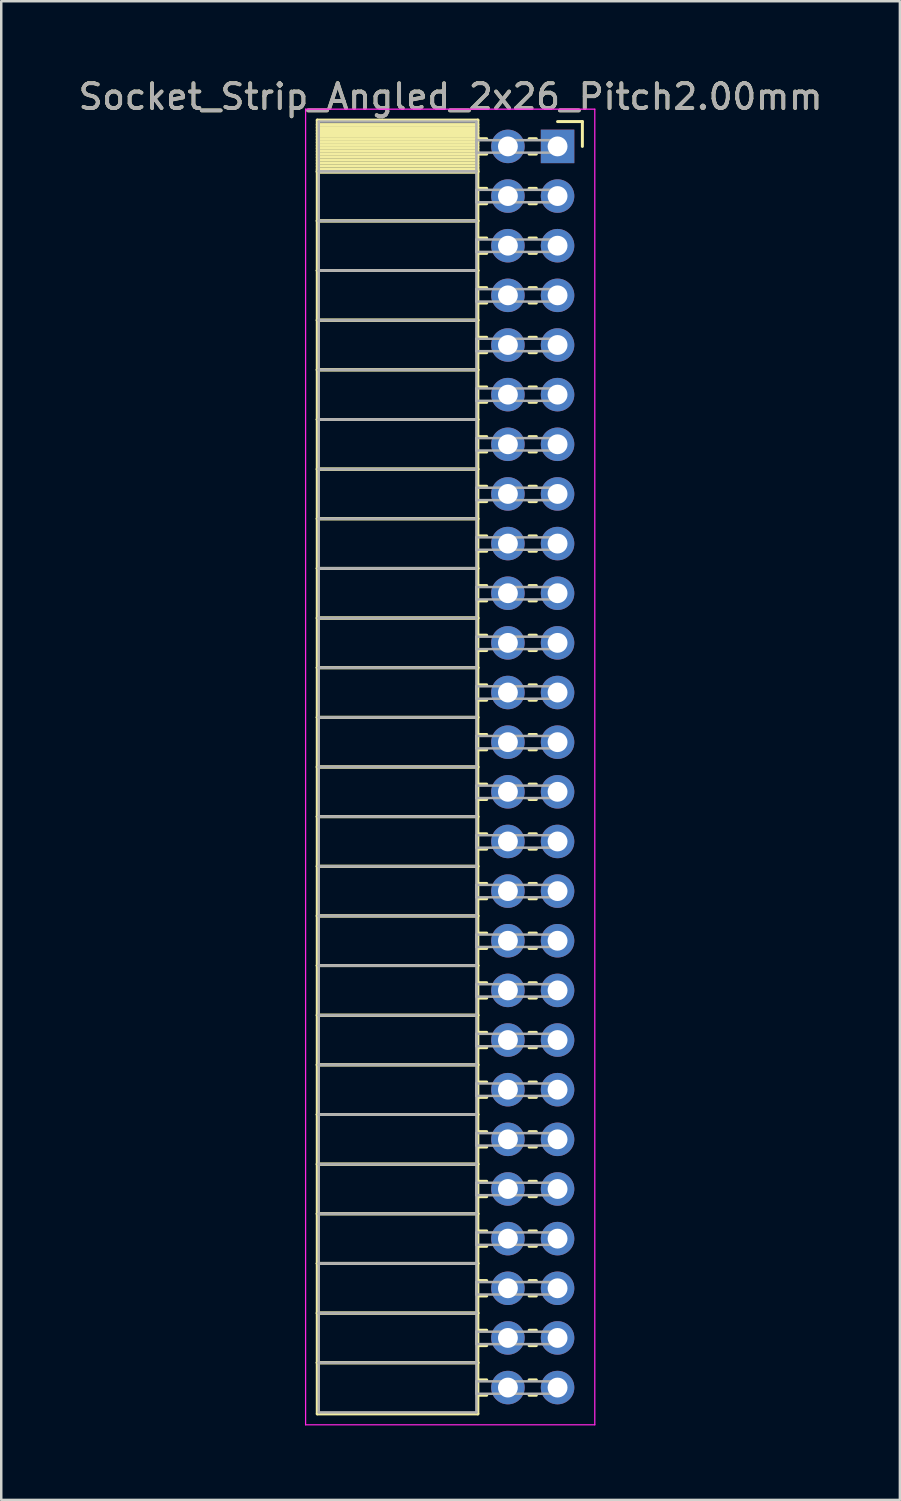
<source format=kicad_pcb>
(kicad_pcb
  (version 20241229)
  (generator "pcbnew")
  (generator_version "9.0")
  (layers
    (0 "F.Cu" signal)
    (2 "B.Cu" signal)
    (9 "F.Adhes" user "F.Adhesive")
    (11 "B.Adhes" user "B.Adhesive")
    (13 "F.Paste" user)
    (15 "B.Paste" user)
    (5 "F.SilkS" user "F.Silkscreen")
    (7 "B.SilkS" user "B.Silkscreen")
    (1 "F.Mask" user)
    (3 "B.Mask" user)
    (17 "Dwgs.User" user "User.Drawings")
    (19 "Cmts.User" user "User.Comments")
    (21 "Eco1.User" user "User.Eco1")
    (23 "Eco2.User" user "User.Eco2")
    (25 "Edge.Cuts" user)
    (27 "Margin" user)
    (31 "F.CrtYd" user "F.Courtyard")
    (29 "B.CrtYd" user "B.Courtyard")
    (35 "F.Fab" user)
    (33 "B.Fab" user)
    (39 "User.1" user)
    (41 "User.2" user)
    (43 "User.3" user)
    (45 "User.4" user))
  (footprint "Socket_Strip_Angled_2x26_Pitch2.00mm"
    (layer "F.Cu")
    (at 19.411 2.848)
    (property "Reference" "Socket_Strip_Angled_2x26_Pitch2.00mm" (at -4.31 -2 0) (layer "F.SilkS") (effects (font (size 1 1) (thickness 0.15))))
    (attr through_hole)
    (fp_line (start -9.68 -1.06) (end -3.21 -1.06) (stroke (width 0.12) (type solid)) (layer "F.SilkS"))
    (fp_line (start -9.68 1) (end -9.68 -1.06) (stroke (width 0.12) (type solid)) (layer "F.SilkS"))
    (fp_line (start -9.68 1) (end -3.21 1) (stroke (width 0.12) (type solid)) (layer "F.SilkS"))
    (fp_line (start -9.68 3) (end -9.68 1) (stroke (width 0.12) (type solid)) (layer "F.SilkS"))
    (fp_line (start -9.68 3) (end -3.21 3) (stroke (width 0.12) (type solid)) (layer "F.SilkS"))
    (fp_line (start -9.68 5) (end -9.68 3) (stroke (width 0.12) (type solid)) (layer "F.SilkS"))
    (fp_line (start -9.68 5) (end -3.21 5) (stroke (width 0.12) (type solid)) (layer "F.SilkS"))
    (fp_line (start -9.68 7) (end -9.68 5) (stroke (width 0.12) (type solid)) (layer "F.SilkS"))
    (fp_line (start -9.68 7) (end -3.21 7) (stroke (width 0.12) (type solid)) (layer "F.SilkS"))
    (fp_line (start -9.68 9) (end -9.68 7) (stroke (width 0.12) (type solid)) (layer "F.SilkS"))
    (fp_line (start -9.68 9) (end -3.21 9) (stroke (width 0.12) (type solid)) (layer "F.SilkS"))
    (fp_line (start -9.68 11) (end -9.68 9) (stroke (width 0.12) (type solid)) (layer "F.SilkS"))
    (fp_line (start -9.68 11) (end -3.21 11) (stroke (width 0.12) (type solid)) (layer "F.SilkS"))
    (fp_line (start -9.68 13) (end -9.68 11) (stroke (width 0.12) (type solid)) (layer "F.SilkS"))
    (fp_line (start -9.68 13) (end -3.21 13) (stroke (width 0.12) (type solid)) (layer "F.SilkS"))
    (fp_line (start -9.68 15) (end -9.68 13) (stroke (width 0.12) (type solid)) (layer "F.SilkS"))
    (fp_line (start -9.68 15) (end -3.21 15) (stroke (width 0.12) (type solid)) (layer "F.SilkS"))
    (fp_line (start -9.68 17) (end -9.68 15) (stroke (width 0.12) (type solid)) (layer "F.SilkS"))
    (fp_line (start -9.68 17) (end -3.21 17) (stroke (width 0.12) (type solid)) (layer "F.SilkS"))
    (fp_line (start -9.68 19) (end -9.68 17) (stroke (width 0.12) (type solid)) (layer "F.SilkS"))
    (fp_line (start -9.68 19) (end -3.21 19) (stroke (width 0.12) (type solid)) (layer "F.SilkS"))
    (fp_line (start -9.68 21) (end -9.68 19) (stroke (width 0.12) (type solid)) (layer "F.SilkS"))
    (fp_line (start -9.68 21) (end -3.21 21) (stroke (width 0.12) (type solid)) (layer "F.SilkS"))
    (fp_line (start -9.68 23) (end -9.68 21) (stroke (width 0.12) (type solid)) (layer "F.SilkS"))
    (fp_line (start -9.68 23) (end -3.21 23) (stroke (width 0.12) (type solid)) (layer "F.SilkS"))
    (fp_line (start -9.68 25) (end -9.68 23) (stroke (width 0.12) (type solid)) (layer "F.SilkS"))
    (fp_line (start -9.68 25) (end -3.21 25) (stroke (width 0.12) (type solid)) (layer "F.SilkS"))
    (fp_line (start -9.68 27) (end -9.68 25) (stroke (width 0.12) (type solid)) (layer "F.SilkS"))
    (fp_line (start -9.68 27) (end -3.21 27) (stroke (width 0.12) (type solid)) (layer "F.SilkS"))
    (fp_line (start -9.68 29) (end -9.68 27) (stroke (width 0.12) (type solid)) (layer "F.SilkS"))
    (fp_line (start -9.68 29) (end -3.21 29) (stroke (width 0.12) (type solid)) (layer "F.SilkS"))
    (fp_line (start -9.68 31) (end -9.68 29) (stroke (width 0.12) (type solid)) (layer "F.SilkS"))
    (fp_line (start -9.68 31) (end -3.21 31) (stroke (width 0.12) (type solid)) (layer "F.SilkS"))
    (fp_line (start -9.68 33) (end -9.68 31) (stroke (width 0.12) (type solid)) (layer "F.SilkS"))
    (fp_line (start -9.68 33) (end -3.21 33) (stroke (width 0.12) (type solid)) (layer "F.SilkS"))
    (fp_line (start -9.68 35) (end -9.68 33) (stroke (width 0.12) (type solid)) (layer "F.SilkS"))
    (fp_line (start -9.68 35) (end -3.21 35) (stroke (width 0.12) (type solid)) (layer "F.SilkS"))
    (fp_line (start -9.68 37) (end -9.68 35) (stroke (width 0.12) (type solid)) (layer "F.SilkS"))
    (fp_line (start -9.68 37) (end -3.21 37) (stroke (width 0.12) (type solid)) (layer "F.SilkS"))
    (fp_line (start -9.68 39) (end -9.68 37) (stroke (width 0.12) (type solid)) (layer "F.SilkS"))
    (fp_line (start -9.68 39) (end -3.21 39) (stroke (width 0.12) (type solid)) (layer "F.SilkS"))
    (fp_line (start -9.68 41) (end -9.68 39) (stroke (width 0.12) (type solid)) (layer "F.SilkS"))
    (fp_line (start -9.68 41) (end -3.21 41) (stroke (width 0.12) (type solid)) (layer "F.SilkS"))
    (fp_line (start -9.68 43) (end -9.68 41) (stroke (width 0.12) (type solid)) (layer "F.SilkS"))
    (fp_line (start -9.68 43) (end -3.21 43) (stroke (width 0.12) (type solid)) (layer "F.SilkS"))
    (fp_line (start -9.68 45) (end -9.68 43) (stroke (width 0.12) (type solid)) (layer "F.SilkS"))
    (fp_line (start -9.68 45) (end -3.21 45) (stroke (width 0.12) (type solid)) (layer "F.SilkS"))
    (fp_line (start -9.68 47) (end -9.68 45) (stroke (width 0.12) (type solid)) (layer "F.SilkS"))
    (fp_line (start -9.68 47) (end -3.21 47) (stroke (width 0.12) (type solid)) (layer "F.SilkS"))
    (fp_line (start -9.68 49) (end -9.68 47) (stroke (width 0.12) (type solid)) (layer "F.SilkS"))
    (fp_line (start -9.68 49) (end -3.21 49) (stroke (width 0.12) (type solid)) (layer "F.SilkS"))
    (fp_line (start -9.68 51.06) (end -9.68 49) (stroke (width 0.12) (type solid)) (layer "F.SilkS"))
    (fp_line (start -3.21 -1.06) (end -3.21 1) (stroke (width 0.12) (type solid)) (layer "F.SilkS"))
    (fp_line (start -3.21 -0.88) (end -9.68 -0.88) (stroke (width 0.12) (type solid)) (layer "F.SilkS"))
    (fp_line (start -3.21 -0.76) (end -9.68 -0.76) (stroke (width 0.12) (type solid)) (layer "F.SilkS"))
    (fp_line (start -3.21 -0.64) (end -9.68 -0.64) (stroke (width 0.12) (type solid)) (layer "F.SilkS"))
    (fp_line (start -3.21 -0.52) (end -9.68 -0.52) (stroke (width 0.12) (type solid)) (layer "F.SilkS"))
    (fp_line (start -3.21 -0.4) (end -9.68 -0.4) (stroke (width 0.12) (type solid)) (layer "F.SilkS"))
    (fp_line (start -3.21 -0.28) (end -9.68 -0.28) (stroke (width 0.12) (type solid)) (layer "F.SilkS"))
    (fp_line (start -3.21 -0.16) (end -9.68 -0.16) (stroke (width 0.12) (type solid)) (layer "F.SilkS"))
    (fp_line (start -3.21 -0.04) (end -9.68 -0.04) (stroke (width 0.12) (type solid)) (layer "F.SilkS"))
    (fp_line (start -3.21 0.08) (end -9.68 0.08) (stroke (width 0.12) (type solid)) (layer "F.SilkS"))
    (fp_line (start -3.21 0.2) (end -9.68 0.2) (stroke (width 0.12) (type solid)) (layer "F.SilkS"))
    (fp_line (start -3.21 0.32) (end -9.68 0.32) (stroke (width 0.12) (type solid)) (layer "F.SilkS"))
    (fp_line (start -3.21 0.44) (end -9.68 0.44) (stroke (width 0.12) (type solid)) (layer "F.SilkS"))
    (fp_line (start -3.21 0.56) (end -9.68 0.56) (stroke (width 0.12) (type solid)) (layer "F.SilkS"))
    (fp_line (start -3.21 0.68) (end -9.68 0.68) (stroke (width 0.12) (type solid)) (layer "F.SilkS"))
    (fp_line (start -3.21 0.8) (end -9.68 0.8) (stroke (width 0.12) (type solid)) (layer "F.SilkS"))
    (fp_line (start -3.21 0.92) (end -9.68 0.92) (stroke (width 0.12) (type solid)) (layer "F.SilkS"))
    (fp_line (start -3.21 1) (end -9.68 1) (stroke (width 0.12) (type solid)) (layer "F.SilkS"))
    (fp_line (start -3.21 1) (end -3.21 3) (stroke (width 0.12) (type solid)) (layer "F.SilkS"))
    (fp_line (start -3.21 1.04) (end -9.68 1.04) (stroke (width 0.12) (type solid)) (layer "F.SilkS"))
    (fp_line (start -3.21 3) (end -9.68 3) (stroke (width 0.12) (type solid)) (layer "F.SilkS"))
    (fp_line (start -3.21 3) (end -3.21 5) (stroke (width 0.12) (type solid)) (layer "F.SilkS"))
    (fp_line (start -3.21 5) (end -9.68 5) (stroke (width 0.12) (type solid)) (layer "F.SilkS"))
    (fp_line (start -3.21 5) (end -3.21 7) (stroke (width 0.12) (type solid)) (layer "F.SilkS"))
    (fp_line (start -3.21 7) (end -9.68 7) (stroke (width 0.12) (type solid)) (layer "F.SilkS"))
    (fp_line (start -3.21 7) (end -3.21 9) (stroke (width 0.12) (type solid)) (layer "F.SilkS"))
    (fp_line (start -3.21 9) (end -9.68 9) (stroke (width 0.12) (type solid)) (layer "F.SilkS"))
    (fp_line (start -3.21 9) (end -3.21 11) (stroke (width 0.12) (type solid)) (layer "F.SilkS"))
    (fp_line (start -3.21 11) (end -9.68 11) (stroke (width 0.12) (type solid)) (layer "F.SilkS"))
    (fp_line (start -3.21 11) (end -3.21 13) (stroke (width 0.12) (type solid)) (layer "F.SilkS"))
    (fp_line (start -3.21 13) (end -9.68 13) (stroke (width 0.12) (type solid)) (layer "F.SilkS"))
    (fp_line (start -3.21 13) (end -3.21 15) (stroke (width 0.12) (type solid)) (layer "F.SilkS"))
    (fp_line (start -3.21 15) (end -9.68 15) (stroke (width 0.12) (type solid)) (layer "F.SilkS"))
    (fp_line (start -3.21 15) (end -3.21 17) (stroke (width 0.12) (type solid)) (layer "F.SilkS"))
    (fp_line (start -3.21 17) (end -9.68 17) (stroke (width 0.12) (type solid)) (layer "F.SilkS"))
    (fp_line (start -3.21 17) (end -3.21 19) (stroke (width 0.12) (type solid)) (layer "F.SilkS"))
    (fp_line (start -3.21 19) (end -9.68 19) (stroke (width 0.12) (type solid)) (layer "F.SilkS"))
    (fp_line (start -3.21 19) (end -3.21 21) (stroke (width 0.12) (type solid)) (layer "F.SilkS"))
    (fp_line (start -3.21 21) (end -9.68 21) (stroke (width 0.12) (type solid)) (layer "F.SilkS"))
    (fp_line (start -3.21 21) (end -3.21 23) (stroke (width 0.12) (type solid)) (layer "F.SilkS"))
    (fp_line (start -3.21 23) (end -9.68 23) (stroke (width 0.12) (type solid)) (layer "F.SilkS"))
    (fp_line (start -3.21 23) (end -3.21 25) (stroke (width 0.12) (type solid)) (layer "F.SilkS"))
    (fp_line (start -3.21 25) (end -9.68 25) (stroke (width 0.12) (type solid)) (layer "F.SilkS"))
    (fp_line (start -3.21 25) (end -3.21 27) (stroke (width 0.12) (type solid)) (layer "F.SilkS"))
    (fp_line (start -3.21 27) (end -9.68 27) (stroke (width 0.12) (type solid)) (layer "F.SilkS"))
    (fp_line (start -3.21 27) (end -3.21 29) (stroke (width 0.12) (type solid)) (layer "F.SilkS"))
    (fp_line (start -3.21 29) (end -9.68 29) (stroke (width 0.12) (type solid)) (layer "F.SilkS"))
    (fp_line (start -3.21 29) (end -3.21 31) (stroke (width 0.12) (type solid)) (layer "F.SilkS"))
    (fp_line (start -3.21 31) (end -9.68 31) (stroke (width 0.12) (type solid)) (layer "F.SilkS"))
    (fp_line (start -3.21 31) (end -3.21 33) (stroke (width 0.12) (type solid)) (layer "F.SilkS"))
    (fp_line (start -3.21 33) (end -9.68 33) (stroke (width 0.12) (type solid)) (layer "F.SilkS"))
    (fp_line (start -3.21 33) (end -3.21 35) (stroke (width 0.12) (type solid)) (layer "F.SilkS"))
    (fp_line (start -3.21 35) (end -9.68 35) (stroke (width 0.12) (type solid)) (layer "F.SilkS"))
    (fp_line (start -3.21 35) (end -3.21 37) (stroke (width 0.12) (type solid)) (layer "F.SilkS"))
    (fp_line (start -3.21 37) (end -9.68 37) (stroke (width 0.12) (type solid)) (layer "F.SilkS"))
    (fp_line (start -3.21 37) (end -3.21 39) (stroke (width 0.12) (type solid)) (layer "F.SilkS"))
    (fp_line (start -3.21 39) (end -9.68 39) (stroke (width 0.12) (type solid)) (layer "F.SilkS"))
    (fp_line (start -3.21 39) (end -3.21 41) (stroke (width 0.12) (type solid)) (layer "F.SilkS"))
    (fp_line (start -3.21 41) (end -9.68 41) (stroke (width 0.12) (type solid)) (layer "F.SilkS"))
    (fp_line (start -3.21 41) (end -3.21 43) (stroke (width 0.12) (type solid)) (layer "F.SilkS"))
    (fp_line (start -3.21 43) (end -9.68 43) (stroke (width 0.12) (type solid)) (layer "F.SilkS"))
    (fp_line (start -3.21 43) (end -3.21 45) (stroke (width 0.12) (type solid)) (layer "F.SilkS"))
    (fp_line (start -3.21 45) (end -9.68 45) (stroke (width 0.12) (type solid)) (layer "F.SilkS"))
    (fp_line (start -3.21 45) (end -3.21 47) (stroke (width 0.12) (type solid)) (layer "F.SilkS"))
    (fp_line (start -3.21 47) (end -9.68 47) (stroke (width 0.12) (type solid)) (layer "F.SilkS"))
    (fp_line (start -3.21 47) (end -3.21 49) (stroke (width 0.12) (type solid)) (layer "F.SilkS"))
    (fp_line (start -3.21 49) (end -9.68 49) (stroke (width 0.12) (type solid)) (layer "F.SilkS"))
    (fp_line (start -3.21 49) (end -3.21 51.06) (stroke (width 0.12) (type solid)) (layer "F.SilkS"))
    (fp_line (start -3.21 51.06) (end -9.68 51.06) (stroke (width 0.12) (type solid)) (layer "F.SilkS"))
    (fp_line (start -2.855 -0.31) (end -3.21 -0.31) (stroke (width 0.12) (type solid)) (layer "F.SilkS"))
    (fp_line (start -2.855 0.31) (end -3.21 0.31) (stroke (width 0.12) (type solid)) (layer "F.SilkS"))
    (fp_line (start -2.855 1.69) (end -3.21 1.69) (stroke (width 0.12) (type solid)) (layer "F.SilkS"))
    (fp_line (start -2.855 2.31) (end -3.21 2.31) (stroke (width 0.12) (type solid)) (layer "F.SilkS"))
    (fp_line (start -2.855 3.69) (end -3.21 3.69) (stroke (width 0.12) (type solid)) (layer "F.SilkS"))
    (fp_line (start -2.855 4.31) (end -3.21 4.31) (stroke (width 0.12) (type solid)) (layer "F.SilkS"))
    (fp_line (start -2.855 5.69) (end -3.21 5.69) (stroke (width 0.12) (type solid)) (layer "F.SilkS"))
    (fp_line (start -2.855 6.31) (end -3.21 6.31) (stroke (width 0.12) (type solid)) (layer "F.SilkS"))
    (fp_line (start -2.855 7.69) (end -3.21 7.69) (stroke (width 0.12) (type solid)) (layer "F.SilkS"))
    (fp_line (start -2.855 8.31) (end -3.21 8.31) (stroke (width 0.12) (type solid)) (layer "F.SilkS"))
    (fp_line (start -2.855 9.69) (end -3.21 9.69) (stroke (width 0.12) (type solid)) (layer "F.SilkS"))
    (fp_line (start -2.855 10.31) (end -3.21 10.31) (stroke (width 0.12) (type solid)) (layer "F.SilkS"))
    (fp_line (start -2.855 11.69) (end -3.21 11.69) (stroke (width 0.12) (type solid)) (layer "F.SilkS"))
    (fp_line (start -2.855 12.31) (end -3.21 12.31) (stroke (width 0.12) (type solid)) (layer "F.SilkS"))
    (fp_line (start -2.855 13.69) (end -3.21 13.69) (stroke (width 0.12) (type solid)) (layer "F.SilkS"))
    (fp_line (start -2.855 14.31) (end -3.21 14.31) (stroke (width 0.12) (type solid)) (layer "F.SilkS"))
    (fp_line (start -2.855 15.69) (end -3.21 15.69) (stroke (width 0.12) (type solid)) (layer "F.SilkS"))
    (fp_line (start -2.855 16.31) (end -3.21 16.31) (stroke (width 0.12) (type solid)) (layer "F.SilkS"))
    (fp_line (start -2.855 17.69) (end -3.21 17.69) (stroke (width 0.12) (type solid)) (layer "F.SilkS"))
    (fp_line (start -2.855 18.31) (end -3.21 18.31) (stroke (width 0.12) (type solid)) (layer "F.SilkS"))
    (fp_line (start -2.855 19.69) (end -3.21 19.69) (stroke (width 0.12) (type solid)) (layer "F.SilkS"))
    (fp_line (start -2.855 20.31) (end -3.21 20.31) (stroke (width 0.12) (type solid)) (layer "F.SilkS"))
    (fp_line (start -2.855 21.69) (end -3.21 21.69) (stroke (width 0.12) (type solid)) (layer "F.SilkS"))
    (fp_line (start -2.855 22.31) (end -3.21 22.31) (stroke (width 0.12) (type solid)) (layer "F.SilkS"))
    (fp_line (start -2.855 23.69) (end -3.21 23.69) (stroke (width 0.12) (type solid)) (layer "F.SilkS"))
    (fp_line (start -2.855 24.31) (end -3.21 24.31) (stroke (width 0.12) (type solid)) (layer "F.SilkS"))
    (fp_line (start -2.855 25.69) (end -3.21 25.69) (stroke (width 0.12) (type solid)) (layer "F.SilkS"))
    (fp_line (start -2.855 26.31) (end -3.21 26.31) (stroke (width 0.12) (type solid)) (layer "F.SilkS"))
    (fp_line (start -2.855 27.69) (end -3.21 27.69) (stroke (width 0.12) (type solid)) (layer "F.SilkS"))
    (fp_line (start -2.855 28.31) (end -3.21 28.31) (stroke (width 0.12) (type solid)) (layer "F.SilkS"))
    (fp_line (start -2.855 29.69) (end -3.21 29.69) (stroke (width 0.12) (type solid)) (layer "F.SilkS"))
    (fp_line (start -2.855 30.31) (end -3.21 30.31) (stroke (width 0.12) (type solid)) (layer "F.SilkS"))
    (fp_line (start -2.855 31.69) (end -3.21 31.69) (stroke (width 0.12) (type solid)) (layer "F.SilkS"))
    (fp_line (start -2.855 32.31) (end -3.21 32.31) (stroke (width 0.12) (type solid)) (layer "F.SilkS"))
    (fp_line (start -2.855 33.69) (end -3.21 33.69) (stroke (width 0.12) (type solid)) (layer "F.SilkS"))
    (fp_line (start -2.855 34.31) (end -3.21 34.31) (stroke (width 0.12) (type solid)) (layer "F.SilkS"))
    (fp_line (start -2.855 35.69) (end -3.21 35.69) (stroke (width 0.12) (type solid)) (layer "F.SilkS"))
    (fp_line (start -2.855 36.31) (end -3.21 36.31) (stroke (width 0.12) (type solid)) (layer "F.SilkS"))
    (fp_line (start -2.855 37.69) (end -3.21 37.69) (stroke (width 0.12) (type solid)) (layer "F.SilkS"))
    (fp_line (start -2.855 38.31) (end -3.21 38.31) (stroke (width 0.12) (type solid)) (layer "F.SilkS"))
    (fp_line (start -2.855 39.69) (end -3.21 39.69) (stroke (width 0.12) (type solid)) (layer "F.SilkS"))
    (fp_line (start -2.855 40.31) (end -3.21 40.31) (stroke (width 0.12) (type solid)) (layer "F.SilkS"))
    (fp_line (start -2.855 41.69) (end -3.21 41.69) (stroke (width 0.12) (type solid)) (layer "F.SilkS"))
    (fp_line (start -2.855 42.31) (end -3.21 42.31) (stroke (width 0.12) (type solid)) (layer "F.SilkS"))
    (fp_line (start -2.855 43.69) (end -3.21 43.69) (stroke (width 0.12) (type solid)) (layer "F.SilkS"))
    (fp_line (start -2.855 44.31) (end -3.21 44.31) (stroke (width 0.12) (type solid)) (layer "F.SilkS"))
    (fp_line (start -2.855 45.69) (end -3.21 45.69) (stroke (width 0.12) (type solid)) (layer "F.SilkS"))
    (fp_line (start -2.855 46.31) (end -3.21 46.31) (stroke (width 0.12) (type solid)) (layer "F.SilkS"))
    (fp_line (start -2.855 47.69) (end -3.21 47.69) (stroke (width 0.12) (type solid)) (layer "F.SilkS"))
    (fp_line (start -2.855 48.31) (end -3.21 48.31) (stroke (width 0.12) (type solid)) (layer "F.SilkS"))
    (fp_line (start -2.855 49.69) (end -3.21 49.69) (stroke (width 0.12) (type solid)) (layer "F.SilkS"))
    (fp_line (start -2.855 50.31) (end -3.21 50.31) (stroke (width 0.12) (type solid)) (layer "F.SilkS"))
    (fp_line (start -0.855 -0.31) (end -1.145 -0.31) (stroke (width 0.12) (type solid)) (layer "F.SilkS"))
    (fp_line (start -0.855 0.31) (end -1.145 0.31) (stroke (width 0.12) (type solid)) (layer "F.SilkS"))
    (fp_line (start -0.855 1.69) (end -1.145 1.69) (stroke (width 0.12) (type solid)) (layer "F.SilkS"))
    (fp_line (start -0.855 2.31) (end -1.145 2.31) (stroke (width 0.12) (type solid)) (layer "F.SilkS"))
    (fp_line (start -0.855 3.69) (end -1.145 3.69) (stroke (width 0.12) (type solid)) (layer "F.SilkS"))
    (fp_line (start -0.855 4.31) (end -1.145 4.31) (stroke (width 0.12) (type solid)) (layer "F.SilkS"))
    (fp_line (start -0.855 5.69) (end -1.145 5.69) (stroke (width 0.12) (type solid)) (layer "F.SilkS"))
    (fp_line (start -0.855 6.31) (end -1.145 6.31) (stroke (width 0.12) (type solid)) (layer "F.SilkS"))
    (fp_line (start -0.855 7.69) (end -1.145 7.69) (stroke (width 0.12) (type solid)) (layer "F.SilkS"))
    (fp_line (start -0.855 8.31) (end -1.145 8.31) (stroke (width 0.12) (type solid)) (layer "F.SilkS"))
    (fp_line (start -0.855 9.69) (end -1.145 9.69) (stroke (width 0.12) (type solid)) (layer "F.SilkS"))
    (fp_line (start -0.855 10.31) (end -1.145 10.31) (stroke (width 0.12) (type solid)) (layer "F.SilkS"))
    (fp_line (start -0.855 11.69) (end -1.145 11.69) (stroke (width 0.12) (type solid)) (layer "F.SilkS"))
    (fp_line (start -0.855 12.31) (end -1.145 12.31) (stroke (width 0.12) (type solid)) (layer "F.SilkS"))
    (fp_line (start -0.855 13.69) (end -1.145 13.69) (stroke (width 0.12) (type solid)) (layer "F.SilkS"))
    (fp_line (start -0.855 14.31) (end -1.145 14.31) (stroke (width 0.12) (type solid)) (layer "F.SilkS"))
    (fp_line (start -0.855 15.69) (end -1.145 15.69) (stroke (width 0.12) (type solid)) (layer "F.SilkS"))
    (fp_line (start -0.855 16.31) (end -1.145 16.31) (stroke (width 0.12) (type solid)) (layer "F.SilkS"))
    (fp_line (start -0.855 17.69) (end -1.145 17.69) (stroke (width 0.12) (type solid)) (layer "F.SilkS"))
    (fp_line (start -0.855 18.31) (end -1.145 18.31) (stroke (width 0.12) (type solid)) (layer "F.SilkS"))
    (fp_line (start -0.855 19.69) (end -1.145 19.69) (stroke (width 0.12) (type solid)) (layer "F.SilkS"))
    (fp_line (start -0.855 20.31) (end -1.145 20.31) (stroke (width 0.12) (type solid)) (layer "F.SilkS"))
    (fp_line (start -0.855 21.69) (end -1.145 21.69) (stroke (width 0.12) (type solid)) (layer "F.SilkS"))
    (fp_line (start -0.855 22.31) (end -1.145 22.31) (stroke (width 0.12) (type solid)) (layer "F.SilkS"))
    (fp_line (start -0.855 23.69) (end -1.145 23.69) (stroke (width 0.12) (type solid)) (layer "F.SilkS"))
    (fp_line (start -0.855 24.31) (end -1.145 24.31) (stroke (width 0.12) (type solid)) (layer "F.SilkS"))
    (fp_line (start -0.855 25.69) (end -1.145 25.69) (stroke (width 0.12) (type solid)) (layer "F.SilkS"))
    (fp_line (start -0.855 26.31) (end -1.145 26.31) (stroke (width 0.12) (type solid)) (layer "F.SilkS"))
    (fp_line (start -0.855 27.69) (end -1.145 27.69) (stroke (width 0.12) (type solid)) (layer "F.SilkS"))
    (fp_line (start -0.855 28.31) (end -1.145 28.31) (stroke (width 0.12) (type solid)) (layer "F.SilkS"))
    (fp_line (start -0.855 29.69) (end -1.145 29.69) (stroke (width 0.12) (type solid)) (layer "F.SilkS"))
    (fp_line (start -0.855 30.31) (end -1.145 30.31) (stroke (width 0.12) (type solid)) (layer "F.SilkS"))
    (fp_line (start -0.855 31.69) (end -1.145 31.69) (stroke (width 0.12) (type solid)) (layer "F.SilkS"))
    (fp_line (start -0.855 32.31) (end -1.145 32.31) (stroke (width 0.12) (type solid)) (layer "F.SilkS"))
    (fp_line (start -0.855 33.69) (end -1.145 33.69) (stroke (width 0.12) (type solid)) (layer "F.SilkS"))
    (fp_line (start -0.855 34.31) (end -1.145 34.31) (stroke (width 0.12) (type solid)) (layer "F.SilkS"))
    (fp_line (start -0.855 35.69) (end -1.145 35.69) (stroke (width 0.12) (type solid)) (layer "F.SilkS"))
    (fp_line (start -0.855 36.31) (end -1.145 36.31) (stroke (width 0.12) (type solid)) (layer "F.SilkS"))
    (fp_line (start -0.855 37.69) (end -1.145 37.69) (stroke (width 0.12) (type solid)) (layer "F.SilkS"))
    (fp_line (start -0.855 38.31) (end -1.145 38.31) (stroke (width 0.12) (type solid)) (layer "F.SilkS"))
    (fp_line (start -0.855 39.69) (end -1.145 39.69) (stroke (width 0.12) (type solid)) (layer "F.SilkS"))
    (fp_line (start -0.855 40.31) (end -1.145 40.31) (stroke (width 0.12) (type solid)) (layer "F.SilkS"))
    (fp_line (start -0.855 41.69) (end -1.145 41.69) (stroke (width 0.12) (type solid)) (layer "F.SilkS"))
    (fp_line (start -0.855 42.31) (end -1.145 42.31) (stroke (width 0.12) (type solid)) (layer "F.SilkS"))
    (fp_line (start -0.855 43.69) (end -1.145 43.69) (stroke (width 0.12) (type solid)) (layer "F.SilkS"))
    (fp_line (start -0.855 44.31) (end -1.145 44.31) (stroke (width 0.12) (type solid)) (layer "F.SilkS"))
    (fp_line (start -0.855 45.69) (end -1.145 45.69) (stroke (width 0.12) (type solid)) (layer "F.SilkS"))
    (fp_line (start -0.855 46.31) (end -1.145 46.31) (stroke (width 0.12) (type solid)) (layer "F.SilkS"))
    (fp_line (start -0.855 47.69) (end -1.145 47.69) (stroke (width 0.12) (type solid)) (layer "F.SilkS"))
    (fp_line (start -0.855 48.31) (end -1.145 48.31) (stroke (width 0.12) (type solid)) (layer "F.SilkS"))
    (fp_line (start -0.855 49.69) (end -1.145 49.69) (stroke (width 0.12) (type solid)) (layer "F.SilkS"))
    (fp_line (start -0.855 50.31) (end -1.145 50.31) (stroke (width 0.12) (type solid)) (layer "F.SilkS"))
    (fp_line (start 0 -1) (end 1 -1) (stroke (width 0.12) (type solid)) (layer "F.SilkS"))
    (fp_line (start 1 -1) (end 1 0) (stroke (width 0.12) (type solid)) (layer "F.SilkS"))
    (fp_line (start -10.15 -1.5) (end 1.5 -1.5) (stroke (width 0.05) (type solid)) (layer "F.CrtYd"))
    (fp_line (start -10.15 51.5) (end -10.15 -1.5) (stroke (width 0.05) (type solid)) (layer "F.CrtYd"))
    (fp_line (start 1.5 -1.5) (end 1.5 51.5) (stroke (width 0.05) (type solid)) (layer "F.CrtYd"))
    (fp_line (start 1.5 51.5) (end -10.15 51.5) (stroke (width 0.05) (type solid)) (layer "F.CrtYd"))
    (fp_line (start -9.62 -1) (end -3.27 -1) (stroke (width 0.1) (type solid)) (layer "F.Fab"))
    (fp_line (start -9.62 1) (end -9.62 -1) (stroke (width 0.1) (type solid)) (layer "F.Fab"))
    (fp_line (start -9.62 1) (end -3.27 1) (stroke (width 0.1) (type solid)) (layer "F.Fab"))
    (fp_line (start -9.62 3) (end -9.62 1) (stroke (width 0.1) (type solid)) (layer "F.Fab"))
    (fp_line (start -9.62 3) (end -3.27 3) (stroke (width 0.1) (type solid)) (layer "F.Fab"))
    (fp_line (start -9.62 5) (end -9.62 3) (stroke (width 0.1) (type solid)) (layer "F.Fab"))
    (fp_line (start -9.62 5) (end -3.27 5) (stroke (width 0.1) (type solid)) (layer "F.Fab"))
    (fp_line (start -9.62 7) (end -9.62 5) (stroke (width 0.1) (type solid)) (layer "F.Fab"))
    (fp_line (start -9.62 7) (end -3.27 7) (stroke (width 0.1) (type solid)) (layer "F.Fab"))
    (fp_line (start -9.62 9) (end -9.62 7) (stroke (width 0.1) (type solid)) (layer "F.Fab"))
    (fp_line (start -9.62 9) (end -3.27 9) (stroke (width 0.1) (type solid)) (layer "F.Fab"))
    (fp_line (start -9.62 11) (end -9.62 9) (stroke (width 0.1) (type solid)) (layer "F.Fab"))
    (fp_line (start -9.62 11) (end -3.27 11) (stroke (width 0.1) (type solid)) (layer "F.Fab"))
    (fp_line (start -9.62 13) (end -9.62 11) (stroke (width 0.1) (type solid)) (layer "F.Fab"))
    (fp_line (start -9.62 13) (end -3.27 13) (stroke (width 0.1) (type solid)) (layer "F.Fab"))
    (fp_line (start -9.62 15) (end -9.62 13) (stroke (width 0.1) (type solid)) (layer "F.Fab"))
    (fp_line (start -9.62 15) (end -3.27 15) (stroke (width 0.1) (type solid)) (layer "F.Fab"))
    (fp_line (start -9.62 17) (end -9.62 15) (stroke (width 0.1) (type solid)) (layer "F.Fab"))
    (fp_line (start -9.62 17) (end -3.27 17) (stroke (width 0.1) (type solid)) (layer "F.Fab"))
    (fp_line (start -9.62 19) (end -9.62 17) (stroke (width 0.1) (type solid)) (layer "F.Fab"))
    (fp_line (start -9.62 19) (end -3.27 19) (stroke (width 0.1) (type solid)) (layer "F.Fab"))
    (fp_line (start -9.62 21) (end -9.62 19) (stroke (width 0.1) (type solid)) (layer "F.Fab"))
    (fp_line (start -9.62 21) (end -3.27 21) (stroke (width 0.1) (type solid)) (layer "F.Fab"))
    (fp_line (start -9.62 23) (end -9.62 21) (stroke (width 0.1) (type solid)) (layer "F.Fab"))
    (fp_line (start -9.62 23) (end -3.27 23) (stroke (width 0.1) (type solid)) (layer "F.Fab"))
    (fp_line (start -9.62 25) (end -9.62 23) (stroke (width 0.1) (type solid)) (layer "F.Fab"))
    (fp_line (start -9.62 25) (end -3.27 25) (stroke (width 0.1) (type solid)) (layer "F.Fab"))
    (fp_line (start -9.62 27) (end -9.62 25) (stroke (width 0.1) (type solid)) (layer "F.Fab"))
    (fp_line (start -9.62 27) (end -3.27 27) (stroke (width 0.1) (type solid)) (layer "F.Fab"))
    (fp_line (start -9.62 29) (end -9.62 27) (stroke (width 0.1) (type solid)) (layer "F.Fab"))
    (fp_line (start -9.62 29) (end -3.27 29) (stroke (width 0.1) (type solid)) (layer "F.Fab"))
    (fp_line (start -9.62 31) (end -9.62 29) (stroke (width 0.1) (type solid)) (layer "F.Fab"))
    (fp_line (start -9.62 31) (end -3.27 31) (stroke (width 0.1) (type solid)) (layer "F.Fab"))
    (fp_line (start -9.62 33) (end -9.62 31) (stroke (width 0.1) (type solid)) (layer "F.Fab"))
    (fp_line (start -9.62 33) (end -3.27 33) (stroke (width 0.1) (type solid)) (layer "F.Fab"))
    (fp_line (start -9.62 35) (end -9.62 33) (stroke (width 0.1) (type solid)) (layer "F.Fab"))
    (fp_line (start -9.62 35) (end -3.27 35) (stroke (width 0.1) (type solid)) (layer "F.Fab"))
    (fp_line (start -9.62 37) (end -9.62 35) (stroke (width 0.1) (type solid)) (layer "F.Fab"))
    (fp_line (start -9.62 37) (end -3.27 37) (stroke (width 0.1) (type solid)) (layer "F.Fab"))
    (fp_line (start -9.62 39) (end -9.62 37) (stroke (width 0.1) (type solid)) (layer "F.Fab"))
    (fp_line (start -9.62 39) (end -3.27 39) (stroke (width 0.1) (type solid)) (layer "F.Fab"))
    (fp_line (start -9.62 41) (end -9.62 39) (stroke (width 0.1) (type solid)) (layer "F.Fab"))
    (fp_line (start -9.62 41) (end -3.27 41) (stroke (width 0.1) (type solid)) (layer "F.Fab"))
    (fp_line (start -9.62 43) (end -9.62 41) (stroke (width 0.1) (type solid)) (layer "F.Fab"))
    (fp_line (start -9.62 43) (end -3.27 43) (stroke (width 0.1) (type solid)) (layer "F.Fab"))
    (fp_line (start -9.62 45) (end -9.62 43) (stroke (width 0.1) (type solid)) (layer "F.Fab"))
    (fp_line (start -9.62 45) (end -3.27 45) (stroke (width 0.1) (type solid)) (layer "F.Fab"))
    (fp_line (start -9.62 47) (end -9.62 45) (stroke (width 0.1) (type solid)) (layer "F.Fab"))
    (fp_line (start -9.62 47) (end -3.27 47) (stroke (width 0.1) (type solid)) (layer "F.Fab"))
    (fp_line (start -9.62 49) (end -9.62 47) (stroke (width 0.1) (type solid)) (layer "F.Fab"))
    (fp_line (start -9.62 49) (end -3.27 49) (stroke (width 0.1) (type solid)) (layer "F.Fab"))
    (fp_line (start -9.62 51) (end -9.62 49) (stroke (width 0.1) (type solid)) (layer "F.Fab"))
    (fp_line (start -3.27 -1) (end -3.27 1) (stroke (width 0.1) (type solid)) (layer "F.Fab"))
    (fp_line (start -3.27 -0.25) (end 0 -0.25) (stroke (width 0.1) (type solid)) (layer "F.Fab"))
    (fp_line (start -3.27 0.25) (end -3.27 -0.25) (stroke (width 0.1) (type solid)) (layer "F.Fab"))
    (fp_line (start -3.27 1) (end -9.62 1) (stroke (width 0.1) (type solid)) (layer "F.Fab"))
    (fp_line (start -3.27 1) (end -3.27 3) (stroke (width 0.1) (type solid)) (layer "F.Fab"))
    (fp_line (start -3.27 1.75) (end 0 1.75) (stroke (width 0.1) (type solid)) (layer "F.Fab"))
    (fp_line (start -3.27 2.25) (end -3.27 1.75) (stroke (width 0.1) (type solid)) (layer "F.Fab"))
    (fp_line (start -3.27 3) (end -9.62 3) (stroke (width 0.1) (type solid)) (layer "F.Fab"))
    (fp_line (start -3.27 3) (end -3.27 5) (stroke (width 0.1) (type solid)) (layer "F.Fab"))
    (fp_line (start -3.27 3.75) (end 0 3.75) (stroke (width 0.1) (type solid)) (layer "F.Fab"))
    (fp_line (start -3.27 4.25) (end -3.27 3.75) (stroke (width 0.1) (type solid)) (layer "F.Fab"))
    (fp_line (start -3.27 5) (end -9.62 5) (stroke (width 0.1) (type solid)) (layer "F.Fab"))
    (fp_line (start -3.27 5) (end -3.27 7) (stroke (width 0.1) (type solid)) (layer "F.Fab"))
    (fp_line (start -3.27 5.75) (end 0 5.75) (stroke (width 0.1) (type solid)) (layer "F.Fab"))
    (fp_line (start -3.27 6.25) (end -3.27 5.75) (stroke (width 0.1) (type solid)) (layer "F.Fab"))
    (fp_line (start -3.27 7) (end -9.62 7) (stroke (width 0.1) (type solid)) (layer "F.Fab"))
    (fp_line (start -3.27 7) (end -3.27 9) (stroke (width 0.1) (type solid)) (layer "F.Fab"))
    (fp_line (start -3.27 7.75) (end 0 7.75) (stroke (width 0.1) (type solid)) (layer "F.Fab"))
    (fp_line (start -3.27 8.25) (end -3.27 7.75) (stroke (width 0.1) (type solid)) (layer "F.Fab"))
    (fp_line (start -3.27 9) (end -9.62 9) (stroke (width 0.1) (type solid)) (layer "F.Fab"))
    (fp_line (start -3.27 9) (end -3.27 11) (stroke (width 0.1) (type solid)) (layer "F.Fab"))
    (fp_line (start -3.27 9.75) (end 0 9.75) (stroke (width 0.1) (type solid)) (layer "F.Fab"))
    (fp_line (start -3.27 10.25) (end -3.27 9.75) (stroke (width 0.1) (type solid)) (layer "F.Fab"))
    (fp_line (start -3.27 11) (end -9.62 11) (stroke (width 0.1) (type solid)) (layer "F.Fab"))
    (fp_line (start -3.27 11) (end -3.27 13) (stroke (width 0.1) (type solid)) (layer "F.Fab"))
    (fp_line (start -3.27 11.75) (end 0 11.75) (stroke (width 0.1) (type solid)) (layer "F.Fab"))
    (fp_line (start -3.27 12.25) (end -3.27 11.75) (stroke (width 0.1) (type solid)) (layer "F.Fab"))
    (fp_line (start -3.27 13) (end -9.62 13) (stroke (width 0.1) (type solid)) (layer "F.Fab"))
    (fp_line (start -3.27 13) (end -3.27 15) (stroke (width 0.1) (type solid)) (layer "F.Fab"))
    (fp_line (start -3.27 13.75) (end 0 13.75) (stroke (width 0.1) (type solid)) (layer "F.Fab"))
    (fp_line (start -3.27 14.25) (end -3.27 13.75) (stroke (width 0.1) (type solid)) (layer "F.Fab"))
    (fp_line (start -3.27 15) (end -9.62 15) (stroke (width 0.1) (type solid)) (layer "F.Fab"))
    (fp_line (start -3.27 15) (end -3.27 17) (stroke (width 0.1) (type solid)) (layer "F.Fab"))
    (fp_line (start -3.27 15.75) (end 0 15.75) (stroke (width 0.1) (type solid)) (layer "F.Fab"))
    (fp_line (start -3.27 16.25) (end -3.27 15.75) (stroke (width 0.1) (type solid)) (layer "F.Fab"))
    (fp_line (start -3.27 17) (end -9.62 17) (stroke (width 0.1) (type solid)) (layer "F.Fab"))
    (fp_line (start -3.27 17) (end -3.27 19) (stroke (width 0.1) (type solid)) (layer "F.Fab"))
    (fp_line (start -3.27 17.75) (end 0 17.75) (stroke (width 0.1) (type solid)) (layer "F.Fab"))
    (fp_line (start -3.27 18.25) (end -3.27 17.75) (stroke (width 0.1) (type solid)) (layer "F.Fab"))
    (fp_line (start -3.27 19) (end -9.62 19) (stroke (width 0.1) (type solid)) (layer "F.Fab"))
    (fp_line (start -3.27 19) (end -3.27 21) (stroke (width 0.1) (type solid)) (layer "F.Fab"))
    (fp_line (start -3.27 19.75) (end 0 19.75) (stroke (width 0.1) (type solid)) (layer "F.Fab"))
    (fp_line (start -3.27 20.25) (end -3.27 19.75) (stroke (width 0.1) (type solid)) (layer "F.Fab"))
    (fp_line (start -3.27 21) (end -9.62 21) (stroke (width 0.1) (type solid)) (layer "F.Fab"))
    (fp_line (start -3.27 21) (end -3.27 23) (stroke (width 0.1) (type solid)) (layer "F.Fab"))
    (fp_line (start -3.27 21.75) (end 0 21.75) (stroke (width 0.1) (type solid)) (layer "F.Fab"))
    (fp_line (start -3.27 22.25) (end -3.27 21.75) (stroke (width 0.1) (type solid)) (layer "F.Fab"))
    (fp_line (start -3.27 23) (end -9.62 23) (stroke (width 0.1) (type solid)) (layer "F.Fab"))
    (fp_line (start -3.27 23) (end -3.27 25) (stroke (width 0.1) (type solid)) (layer "F.Fab"))
    (fp_line (start -3.27 23.75) (end 0 23.75) (stroke (width 0.1) (type solid)) (layer "F.Fab"))
    (fp_line (start -3.27 24.25) (end -3.27 23.75) (stroke (width 0.1) (type solid)) (layer "F.Fab"))
    (fp_line (start -3.27 25) (end -9.62 25) (stroke (width 0.1) (type solid)) (layer "F.Fab"))
    (fp_line (start -3.27 25) (end -3.27 27) (stroke (width 0.1) (type solid)) (layer "F.Fab"))
    (fp_line (start -3.27 25.75) (end 0 25.75) (stroke (width 0.1) (type solid)) (layer "F.Fab"))
    (fp_line (start -3.27 26.25) (end -3.27 25.75) (stroke (width 0.1) (type solid)) (layer "F.Fab"))
    (fp_line (start -3.27 27) (end -9.62 27) (stroke (width 0.1) (type solid)) (layer "F.Fab"))
    (fp_line (start -3.27 27) (end -3.27 29) (stroke (width 0.1) (type solid)) (layer "F.Fab"))
    (fp_line (start -3.27 27.75) (end 0 27.75) (stroke (width 0.1) (type solid)) (layer "F.Fab"))
    (fp_line (start -3.27 28.25) (end -3.27 27.75) (stroke (width 0.1) (type solid)) (layer "F.Fab"))
    (fp_line (start -3.27 29) (end -9.62 29) (stroke (width 0.1) (type solid)) (layer "F.Fab"))
    (fp_line (start -3.27 29) (end -3.27 31) (stroke (width 0.1) (type solid)) (layer "F.Fab"))
    (fp_line (start -3.27 29.75) (end 0 29.75) (stroke (width 0.1) (type solid)) (layer "F.Fab"))
    (fp_line (start -3.27 30.25) (end -3.27 29.75) (stroke (width 0.1) (type solid)) (layer "F.Fab"))
    (fp_line (start -3.27 31) (end -9.62 31) (stroke (width 0.1) (type solid)) (layer "F.Fab"))
    (fp_line (start -3.27 31) (end -3.27 33) (stroke (width 0.1) (type solid)) (layer "F.Fab"))
    (fp_line (start -3.27 31.75) (end 0 31.75) (stroke (width 0.1) (type solid)) (layer "F.Fab"))
    (fp_line (start -3.27 32.25) (end -3.27 31.75) (stroke (width 0.1) (type solid)) (layer "F.Fab"))
    (fp_line (start -3.27 33) (end -9.62 33) (stroke (width 0.1) (type solid)) (layer "F.Fab"))
    (fp_line (start -3.27 33) (end -3.27 35) (stroke (width 0.1) (type solid)) (layer "F.Fab"))
    (fp_line (start -3.27 33.75) (end 0 33.75) (stroke (width 0.1) (type solid)) (layer "F.Fab"))
    (fp_line (start -3.27 34.25) (end -3.27 33.75) (stroke (width 0.1) (type solid)) (layer "F.Fab"))
    (fp_line (start -3.27 35) (end -9.62 35) (stroke (width 0.1) (type solid)) (layer "F.Fab"))
    (fp_line (start -3.27 35) (end -3.27 37) (stroke (width 0.1) (type solid)) (layer "F.Fab"))
    (fp_line (start -3.27 35.75) (end 0 35.75) (stroke (width 0.1) (type solid)) (layer "F.Fab"))
    (fp_line (start -3.27 36.25) (end -3.27 35.75) (stroke (width 0.1) (type solid)) (layer "F.Fab"))
    (fp_line (start -3.27 37) (end -9.62 37) (stroke (width 0.1) (type solid)) (layer "F.Fab"))
    (fp_line (start -3.27 37) (end -3.27 39) (stroke (width 0.1) (type solid)) (layer "F.Fab"))
    (fp_line (start -3.27 37.75) (end 0 37.75) (stroke (width 0.1) (type solid)) (layer "F.Fab"))
    (fp_line (start -3.27 38.25) (end -3.27 37.75) (stroke (width 0.1) (type solid)) (layer "F.Fab"))
    (fp_line (start -3.27 39) (end -9.62 39) (stroke (width 0.1) (type solid)) (layer "F.Fab"))
    (fp_line (start -3.27 39) (end -3.27 41) (stroke (width 0.1) (type solid)) (layer "F.Fab"))
    (fp_line (start -3.27 39.75) (end 0 39.75) (stroke (width 0.1) (type solid)) (layer "F.Fab"))
    (fp_line (start -3.27 40.25) (end -3.27 39.75) (stroke (width 0.1) (type solid)) (layer "F.Fab"))
    (fp_line (start -3.27 41) (end -9.62 41) (stroke (width 0.1) (type solid)) (layer "F.Fab"))
    (fp_line (start -3.27 41) (end -3.27 43) (stroke (width 0.1) (type solid)) (layer "F.Fab"))
    (fp_line (start -3.27 41.75) (end 0 41.75) (stroke (width 0.1) (type solid)) (layer "F.Fab"))
    (fp_line (start -3.27 42.25) (end -3.27 41.75) (stroke (width 0.1) (type solid)) (layer "F.Fab"))
    (fp_line (start -3.27 43) (end -9.62 43) (stroke (width 0.1) (type solid)) (layer "F.Fab"))
    (fp_line (start -3.27 43) (end -3.27 45) (stroke (width 0.1) (type solid)) (layer "F.Fab"))
    (fp_line (start -3.27 43.75) (end 0 43.75) (stroke (width 0.1) (type solid)) (layer "F.Fab"))
    (fp_line (start -3.27 44.25) (end -3.27 43.75) (stroke (width 0.1) (type solid)) (layer "F.Fab"))
    (fp_line (start -3.27 45) (end -9.62 45) (stroke (width 0.1) (type solid)) (layer "F.Fab"))
    (fp_line (start -3.27 45) (end -3.27 47) (stroke (width 0.1) (type solid)) (layer "F.Fab"))
    (fp_line (start -3.27 45.75) (end 0 45.75) (stroke (width 0.1) (type solid)) (layer "F.Fab"))
    (fp_line (start -3.27 46.25) (end -3.27 45.75) (stroke (width 0.1) (type solid)) (layer "F.Fab"))
    (fp_line (start -3.27 47) (end -9.62 47) (stroke (width 0.1) (type solid)) (layer "F.Fab"))
    (fp_line (start -3.27 47) (end -3.27 49) (stroke (width 0.1) (type solid)) (layer "F.Fab"))
    (fp_line (start -3.27 47.75) (end 0 47.75) (stroke (width 0.1) (type solid)) (layer "F.Fab"))
    (fp_line (start -3.27 48.25) (end -3.27 47.75) (stroke (width 0.1) (type solid)) (layer "F.Fab"))
    (fp_line (start -3.27 49) (end -9.62 49) (stroke (width 0.1) (type solid)) (layer "F.Fab"))
    (fp_line (start -3.27 49) (end -3.27 51) (stroke (width 0.1) (type solid)) (layer "F.Fab"))
    (fp_line (start -3.27 49.75) (end 0 49.75) (stroke (width 0.1) (type solid)) (layer "F.Fab"))
    (fp_line (start -3.27 50.25) (end -3.27 49.75) (stroke (width 0.1) (type solid)) (layer "F.Fab"))
    (fp_line (start -3.27 51) (end -9.62 51) (stroke (width 0.1) (type solid)) (layer "F.Fab"))
    (fp_line (start 0 -0.25) (end 0 0.25) (stroke (width 0.1) (type solid)) (layer "F.Fab"))
    (fp_line (start 0 0.25) (end -3.27 0.25) (stroke (width 0.1) (type solid)) (layer "F.Fab"))
    (fp_line (start 0 1.75) (end 0 2.25) (stroke (width 0.1) (type solid)) (layer "F.Fab"))
    (fp_line (start 0 2.25) (end -3.27 2.25) (stroke (width 0.1) (type solid)) (layer "F.Fab"))
    (fp_line (start 0 3.75) (end 0 4.25) (stroke (width 0.1) (type solid)) (layer "F.Fab"))
    (fp_line (start 0 4.25) (end -3.27 4.25) (stroke (width 0.1) (type solid)) (layer "F.Fab"))
    (fp_line (start 0 5.75) (end 0 6.25) (stroke (width 0.1) (type solid)) (layer "F.Fab"))
    (fp_line (start 0 6.25) (end -3.27 6.25) (stroke (width 0.1) (type solid)) (layer "F.Fab"))
    (fp_line (start 0 7.75) (end 0 8.25) (stroke (width 0.1) (type solid)) (layer "F.Fab"))
    (fp_line (start 0 8.25) (end -3.27 8.25) (stroke (width 0.1) (type solid)) (layer "F.Fab"))
    (fp_line (start 0 9.75) (end 0 10.25) (stroke (width 0.1) (type solid)) (layer "F.Fab"))
    (fp_line (start 0 10.25) (end -3.27 10.25) (stroke (width 0.1) (type solid)) (layer "F.Fab"))
    (fp_line (start 0 11.75) (end 0 12.25) (stroke (width 0.1) (type solid)) (layer "F.Fab"))
    (fp_line (start 0 12.25) (end -3.27 12.25) (stroke (width 0.1) (type solid)) (layer "F.Fab"))
    (fp_line (start 0 13.75) (end 0 14.25) (stroke (width 0.1) (type solid)) (layer "F.Fab"))
    (fp_line (start 0 14.25) (end -3.27 14.25) (stroke (width 0.1) (type solid)) (layer "F.Fab"))
    (fp_line (start 0 15.75) (end 0 16.25) (stroke (width 0.1) (type solid)) (layer "F.Fab"))
    (fp_line (start 0 16.25) (end -3.27 16.25) (stroke (width 0.1) (type solid)) (layer "F.Fab"))
    (fp_line (start 0 17.75) (end 0 18.25) (stroke (width 0.1) (type solid)) (layer "F.Fab"))
    (fp_line (start 0 18.25) (end -3.27 18.25) (stroke (width 0.1) (type solid)) (layer "F.Fab"))
    (fp_line (start 0 19.75) (end 0 20.25) (stroke (width 0.1) (type solid)) (layer "F.Fab"))
    (fp_line (start 0 20.25) (end -3.27 20.25) (stroke (width 0.1) (type solid)) (layer "F.Fab"))
    (fp_line (start 0 21.75) (end 0 22.25) (stroke (width 0.1) (type solid)) (layer "F.Fab"))
    (fp_line (start 0 22.25) (end -3.27 22.25) (stroke (width 0.1) (type solid)) (layer "F.Fab"))
    (fp_line (start 0 23.75) (end 0 24.25) (stroke (width 0.1) (type solid)) (layer "F.Fab"))
    (fp_line (start 0 24.25) (end -3.27 24.25) (stroke (width 0.1) (type solid)) (layer "F.Fab"))
    (fp_line (start 0 25.75) (end 0 26.25) (stroke (width 0.1) (type solid)) (layer "F.Fab"))
    (fp_line (start 0 26.25) (end -3.27 26.25) (stroke (width 0.1) (type solid)) (layer "F.Fab"))
    (fp_line (start 0 27.75) (end 0 28.25) (stroke (width 0.1) (type solid)) (layer "F.Fab"))
    (fp_line (start 0 28.25) (end -3.27 28.25) (stroke (width 0.1) (type solid)) (layer "F.Fab"))
    (fp_line (start 0 29.75) (end 0 30.25) (stroke (width 0.1) (type solid)) (layer "F.Fab"))
    (fp_line (start 0 30.25) (end -3.27 30.25) (stroke (width 0.1) (type solid)) (layer "F.Fab"))
    (fp_line (start 0 31.75) (end 0 32.25) (stroke (width 0.1) (type solid)) (layer "F.Fab"))
    (fp_line (start 0 32.25) (end -3.27 32.25) (stroke (width 0.1) (type solid)) (layer "F.Fab"))
    (fp_line (start 0 33.75) (end 0 34.25) (stroke (width 0.1) (type solid)) (layer "F.Fab"))
    (fp_line (start 0 34.25) (end -3.27 34.25) (stroke (width 0.1) (type solid)) (layer "F.Fab"))
    (fp_line (start 0 35.75) (end 0 36.25) (stroke (width 0.1) (type solid)) (layer "F.Fab"))
    (fp_line (start 0 36.25) (end -3.27 36.25) (stroke (width 0.1) (type solid)) (layer "F.Fab"))
    (fp_line (start 0 37.75) (end 0 38.25) (stroke (width 0.1) (type solid)) (layer "F.Fab"))
    (fp_line (start 0 38.25) (end -3.27 38.25) (stroke (width 0.1) (type solid)) (layer "F.Fab"))
    (fp_line (start 0 39.75) (end 0 40.25) (stroke (width 0.1) (type solid)) (layer "F.Fab"))
    (fp_line (start 0 40.25) (end -3.27 40.25) (stroke (width 0.1) (type solid)) (layer "F.Fab"))
    (fp_line (start 0 41.75) (end 0 42.25) (stroke (width 0.1) (type solid)) (layer "F.Fab"))
    (fp_line (start 0 42.25) (end -3.27 42.25) (stroke (width 0.1) (type solid)) (layer "F.Fab"))
    (fp_line (start 0 43.75) (end 0 44.25) (stroke (width 0.1) (type solid)) (layer "F.Fab"))
    (fp_line (start 0 44.25) (end -3.27 44.25) (stroke (width 0.1) (type solid)) (layer "F.Fab"))
    (fp_line (start 0 45.75) (end 0 46.25) (stroke (width 0.1) (type solid)) (layer "F.Fab"))
    (fp_line (start 0 46.25) (end -3.27 46.25) (stroke (width 0.1) (type solid)) (layer "F.Fab"))
    (fp_line (start 0 47.75) (end 0 48.25) (stroke (width 0.1) (type solid)) (layer "F.Fab"))
    (fp_line (start 0 48.25) (end -3.27 48.25) (stroke (width 0.1) (type solid)) (layer "F.Fab"))
    (fp_line (start 0 49.75) (end 0 50.25) (stroke (width 0.1) (type solid)) (layer "F.Fab"))
    (fp_line (start 0 50.25) (end -3.27 50.25) (stroke (width 0.1) (type solid)) (layer "F.Fab"))
    (fp_text user "${REFERENCE}" (at -4.31 -2 0) (layer "F.Fab") (effects (font (size 1 1) (thickness 0.15))))
    (pad "1" thru_hole rect (at 0 0) (size 1.35 1.35) (drill 0.8) (layers "*.Cu" "*.Mask"))
    (pad "2" thru_hole oval (at -2 0) (size 1.35 1.35) (drill 0.8) (layers "*.Cu" "*.Mask"))
    (pad "3" thru_hole oval (at 0 2) (size 1.35 1.35) (drill 0.8) (layers "*.Cu" "*.Mask"))
    (pad "4" thru_hole oval (at -2 2) (size 1.35 1.35) (drill 0.8) (layers "*.Cu" "*.Mask"))
    (pad "5" thru_hole oval (at 0 4) (size 1.35 1.35) (drill 0.8) (layers "*.Cu" "*.Mask"))
    (pad "6" thru_hole oval (at -2 4) (size 1.35 1.35) (drill 0.8) (layers "*.Cu" "*.Mask"))
    (pad "7" thru_hole oval (at 0 6) (size 1.35 1.35) (drill 0.8) (layers "*.Cu" "*.Mask"))
    (pad "8" thru_hole oval (at -2 6) (size 1.35 1.35) (drill 0.8) (layers "*.Cu" "*.Mask"))
    (pad "9" thru_hole oval (at 0 8) (size 1.35 1.35) (drill 0.8) (layers "*.Cu" "*.Mask"))
    (pad "10" thru_hole oval (at -2 8) (size 1.35 1.35) (drill 0.8) (layers "*.Cu" "*.Mask"))
    (pad "11" thru_hole oval (at 0 10) (size 1.35 1.35) (drill 0.8) (layers "*.Cu" "*.Mask"))
    (pad "12" thru_hole oval (at -2 10) (size 1.35 1.35) (drill 0.8) (layers "*.Cu" "*.Mask"))
    (pad "13" thru_hole oval (at 0 12) (size 1.35 1.35) (drill 0.8) (layers "*.Cu" "*.Mask"))
    (pad "14" thru_hole oval (at -2 12) (size 1.35 1.35) (drill 0.8) (layers "*.Cu" "*.Mask"))
    (pad "15" thru_hole oval (at 0 14) (size 1.35 1.35) (drill 0.8) (layers "*.Cu" "*.Mask"))
    (pad "16" thru_hole oval (at -2 14) (size 1.35 1.35) (drill 0.8) (layers "*.Cu" "*.Mask"))
    (pad "17" thru_hole oval (at 0 16) (size 1.35 1.35) (drill 0.8) (layers "*.Cu" "*.Mask"))
    (pad "18" thru_hole oval (at -2 16) (size 1.35 1.35) (drill 0.8) (layers "*.Cu" "*.Mask"))
    (pad "19" thru_hole oval (at 0 18) (size 1.35 1.35) (drill 0.8) (layers "*.Cu" "*.Mask"))
    (pad "20" thru_hole oval (at -2 18) (size 1.35 1.35) (drill 0.8) (layers "*.Cu" "*.Mask"))
    (pad "21" thru_hole oval (at 0 20) (size 1.35 1.35) (drill 0.8) (layers "*.Cu" "*.Mask"))
    (pad "22" thru_hole oval (at -2 20) (size 1.35 1.35) (drill 0.8) (layers "*.Cu" "*.Mask"))
    (pad "23" thru_hole oval (at 0 22) (size 1.35 1.35) (drill 0.8) (layers "*.Cu" "*.Mask"))
    (pad "24" thru_hole oval (at -2 22) (size 1.35 1.35) (drill 0.8) (layers "*.Cu" "*.Mask"))
    (pad "25" thru_hole oval (at 0 24) (size 1.35 1.35) (drill 0.8) (layers "*.Cu" "*.Mask"))
    (pad "26" thru_hole oval (at -2 24) (size 1.35 1.35) (drill 0.8) (layers "*.Cu" "*.Mask"))
    (pad "27" thru_hole oval (at 0 26) (size 1.35 1.35) (drill 0.8) (layers "*.Cu" "*.Mask"))
    (pad "28" thru_hole oval (at -2 26) (size 1.35 1.35) (drill 0.8) (layers "*.Cu" "*.Mask"))
    (pad "29" thru_hole oval (at 0 28) (size 1.35 1.35) (drill 0.8) (layers "*.Cu" "*.Mask"))
    (pad "30" thru_hole oval (at -2 28) (size 1.35 1.35) (drill 0.8) (layers "*.Cu" "*.Mask"))
    (pad "31" thru_hole oval (at 0 30) (size 1.35 1.35) (drill 0.8) (layers "*.Cu" "*.Mask"))
    (pad "32" thru_hole oval (at -2 30) (size 1.35 1.35) (drill 0.8) (layers "*.Cu" "*.Mask"))
    (pad "33" thru_hole oval (at 0 32) (size 1.35 1.35) (drill 0.8) (layers "*.Cu" "*.Mask"))
    (pad "34" thru_hole oval (at -2 32) (size 1.35 1.35) (drill 0.8) (layers "*.Cu" "*.Mask"))
    (pad "35" thru_hole oval (at 0 34) (size 1.35 1.35) (drill 0.8) (layers "*.Cu" "*.Mask"))
    (pad "36" thru_hole oval (at -2 34) (size 1.35 1.35) (drill 0.8) (layers "*.Cu" "*.Mask"))
    (pad "37" thru_hole oval (at 0 36) (size 1.35 1.35) (drill 0.8) (layers "*.Cu" "*.Mask"))
    (pad "38" thru_hole oval (at -2 36) (size 1.35 1.35) (drill 0.8) (layers "*.Cu" "*.Mask"))
    (pad "39" thru_hole oval (at 0 38) (size 1.35 1.35) (drill 0.8) (layers "*.Cu" "*.Mask"))
    (pad "40" thru_hole oval (at -2 38) (size 1.35 1.35) (drill 0.8) (layers "*.Cu" "*.Mask"))
    (pad "41" thru_hole oval (at 0 40) (size 1.35 1.35) (drill 0.8) (layers "*.Cu" "*.Mask"))
    (pad "42" thru_hole oval (at -2 40) (size 1.35 1.35) (drill 0.8) (layers "*.Cu" "*.Mask"))
    (pad "43" thru_hole oval (at 0 42) (size 1.35 1.35) (drill 0.8) (layers "*.Cu" "*.Mask"))
    (pad "44" thru_hole oval (at -2 42) (size 1.35 1.35) (drill 0.8) (layers "*.Cu" "*.Mask"))
    (pad "45" thru_hole oval (at 0 44) (size 1.35 1.35) (drill 0.8) (layers "*.Cu" "*.Mask"))
    (pad "46" thru_hole oval (at -2 44) (size 1.35 1.35) (drill 0.8) (layers "*.Cu" "*.Mask"))
    (pad "47" thru_hole oval (at 0 46) (size 1.35 1.35) (drill 0.8) (layers "*.Cu" "*.Mask"))
    (pad "48" thru_hole oval (at -2 46) (size 1.35 1.35) (drill 0.8) (layers "*.Cu" "*.Mask"))
    (pad "49" thru_hole oval (at 0 48) (size 1.35 1.35) (drill 0.8) (layers "*.Cu" "*.Mask"))
    (pad "50" thru_hole oval (at -2 48) (size 1.35 1.35) (drill 0.8) (layers "*.Cu" "*.Mask"))
    (pad "51" thru_hole oval (at 0 50) (size 1.35 1.35) (drill 0.8) (layers "*.Cu" "*.Mask"))
    (pad "52" thru_hole oval (at -2 50) (size 1.35 1.35) (drill 0.8) (layers "*.Cu" "*.Mask")))
  (gr_rect
    (start -3 -3)
    (end 33.202 57.373)
    (stroke (width 0.1) (type default))
    (fill no)
    (layer "Edge.Cuts")))
</source>
